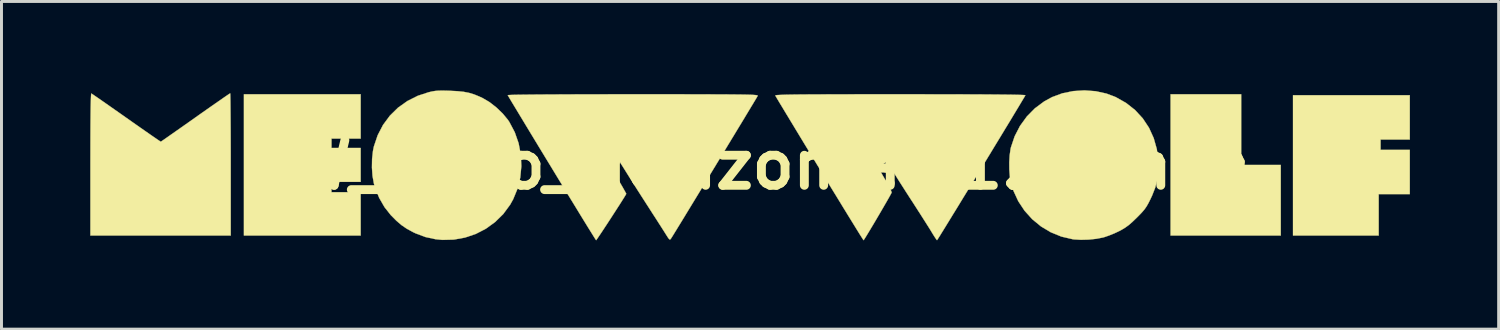
<source format=kicad_pcb>
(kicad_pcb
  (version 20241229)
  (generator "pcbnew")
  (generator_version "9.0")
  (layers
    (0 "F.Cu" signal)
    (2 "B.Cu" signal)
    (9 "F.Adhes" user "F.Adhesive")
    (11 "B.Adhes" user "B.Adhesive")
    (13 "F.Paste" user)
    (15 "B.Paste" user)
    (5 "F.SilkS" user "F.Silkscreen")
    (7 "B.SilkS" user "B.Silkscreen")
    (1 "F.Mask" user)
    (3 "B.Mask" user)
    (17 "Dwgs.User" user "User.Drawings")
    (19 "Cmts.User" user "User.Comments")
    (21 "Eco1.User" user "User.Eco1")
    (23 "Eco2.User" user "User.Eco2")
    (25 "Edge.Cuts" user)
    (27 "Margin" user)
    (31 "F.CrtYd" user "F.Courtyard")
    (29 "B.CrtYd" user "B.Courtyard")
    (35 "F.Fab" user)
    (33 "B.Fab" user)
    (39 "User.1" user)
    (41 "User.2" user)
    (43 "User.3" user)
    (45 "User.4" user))
  (footprint "MW_Logo_Horizontal_1.75inch"
    (layer "F.Cu")
    (at 22.286 2.524)
    (property "Reference" "MW_Logo_Horizontal_1.75inch" (at 0 0 0) (layer "F.SilkS") (effects (font (size 1.524 1.524) (thickness 0.3))))
    (attr through_hole)
    (fp_poly (pts (xy 16.615 0) (xy 17.952 0) (xy 17.952 2.387) (xy 14.228 2.387) (xy 14.228 -2.387) (xy 16.615 -2.387) (xy 16.615 0)) (stroke (width 0.01) (type solid)) (fill yes) (layer "F.SilkS"))
    (fp_poly (pts (xy 22.313 -0.859) (xy 21.326 -0.859) (xy 21.326 -0.509) (xy 22.313 -0.509) (xy 22.313 0.987) (xy 21.262 0.987) (xy 21.262 2.387) (xy 18.366 2.387) (xy 18.366 -2.355) (xy 22.313 -2.355) (xy 22.313 -0.859)) (stroke (width 0.01) (type solid)) (fill yes) (layer "F.SilkS"))
    (fp_poly (pts (xy -13.146 -0.891) (xy -14.132 -0.891) (xy -14.132 -0.573) (xy -13.146 -0.573) (xy -13.146 0.573) (xy -14.132 0.573) (xy -14.132 0.923) (xy -13.146 0.923) (xy -13.146 2.387) (xy -17.092 2.387) (xy -17.092 -2.387) (xy -13.146 -2.387) (xy -13.146 -0.891)) (stroke (width 0.01) (type solid)) (fill yes) (layer "F.SilkS"))
    (fp_poly (pts (xy -17.553 -2.388) (xy -17.551 -2.298) (xy -17.548 -2.155) (xy -17.546 -1.962) (xy -17.544 -1.725) (xy -17.542 -1.45) (xy -17.54 -1.14) (xy -17.539 -0.8) (xy -17.538 -0.437) (xy -17.538 -0.053) (xy -17.538 -0.016) (xy -17.538 2.387) (xy -22.281 2.387) (xy -22.281 -0.019) (xy -22.28 -0.52) (xy -22.279 -0.965) (xy -22.277 -1.352) (xy -22.274 -1.681) (xy -22.271 -1.95) (xy -22.266 -2.158) (xy -22.261 -2.305) (xy -22.255 -2.391) (xy -22.249 -2.414) (xy -22.217 -2.394) (xy -22.139 -2.341) (xy -22.019 -2.259) (xy -21.864 -2.151) (xy -21.679 -2.022) (xy -21.468 -1.874) (xy -21.238 -1.713) (xy -21.065 -1.591) (xy -20.826 -1.423) (xy -20.602 -1.266) (xy -20.401 -1.126) (xy -20.226 -1.004) (xy -20.083 -0.906) (xy -19.978 -0.834) (xy -19.916 -0.793) (xy -19.901 -0.784) (xy -19.873 -0.803) (xy -19.798 -0.854) (xy -19.682 -0.935) (xy -19.53 -1.042) (xy -19.347 -1.17) (xy -19.139 -1.316) (xy -18.91 -1.477) (xy -18.731 -1.604) (xy -18.491 -1.773) (xy -18.267 -1.93) (xy -18.064 -2.072) (xy -17.888 -2.194) (xy -17.744 -2.294) (xy -17.637 -2.367) (xy -17.573 -2.409) (xy -17.556 -2.419) (xy -17.553 -2.388)) (stroke (width 0.01) (type solid)) (fill yes) (layer "F.SilkS"))
    (fp_poly (pts (xy -10.209 -2.508) (xy -10.124 -2.505) (xy -9.87 -2.492) (xy -9.662 -2.47) (xy -9.482 -2.435) (xy -9.313 -2.384) (xy -9.137 -2.312) (xy -9.014 -2.254) (xy -8.786 -2.119) (xy -8.557 -1.94) (xy -8.345 -1.736) (xy -8.169 -1.523) (xy -8.121 -1.451) (xy -7.937 -1.103) (xy -7.808 -0.733) (xy -7.734 -0.349) (xy -7.715 0.04) (xy -7.752 0.427) (xy -7.844 0.803) (xy -7.991 1.16) (xy -8.095 1.346) (xy -8.327 1.66) (xy -8.603 1.931) (xy -8.914 2.156) (xy -9.254 2.332) (xy -9.618 2.455) (xy -9.997 2.524) (xy -10.386 2.534) (xy -10.614 2.511) (xy -10.961 2.436) (xy -11.291 2.312) (xy -11.379 2.27) (xy -11.586 2.157) (xy -11.765 2.035) (xy -11.937 1.888) (xy -12.121 1.703) (xy -12.126 1.698) (xy -12.34 1.427) (xy -12.52 1.114) (xy -12.656 0.778) (xy -12.7 0.624) (xy -12.745 0.373) (xy -12.765 0.09) (xy -12.76 -0.201) (xy -12.73 -0.473) (xy -12.699 -0.624) (xy -12.57 -1.005) (xy -12.389 -1.353) (xy -12.158 -1.665) (xy -11.883 -1.935) (xy -11.566 -2.16) (xy -11.213 -2.337) (xy -10.855 -2.454) (xy -10.737 -2.482) (xy -10.63 -2.5) (xy -10.518 -2.509) (xy -10.383 -2.512) (xy -10.209 -2.508)) (stroke (width 0.01) (type solid)) (fill yes) (layer "F.SilkS"))
    (fp_poly (pts (xy 11.696 -2.491) (xy 12.062 -2.411) (xy 12.373 -2.293) (xy 12.722 -2.096) (xy 13.028 -1.855) (xy 13.288 -1.573) (xy 13.499 -1.255) (xy 13.658 -0.906) (xy 13.764 -0.53) (xy 13.811 -0.132) (xy 13.814 -0.009) (xy 13.804 0.282) (xy 13.77 0.535) (xy 13.706 0.776) (xy 13.608 1.026) (xy 13.553 1.145) (xy 13.48 1.291) (xy 13.414 1.406) (xy 13.343 1.507) (xy 13.254 1.611) (xy 13.134 1.735) (xy 13.086 1.783) (xy 12.937 1.926) (xy 12.813 2.034) (xy 12.694 2.12) (xy 12.564 2.198) (xy 12.486 2.239) (xy 12.328 2.313) (xy 12.158 2.382) (xy 12.003 2.436) (xy 11.949 2.452) (xy 11.718 2.497) (xy 11.461 2.524) (xy 11.202 2.531) (xy 10.97 2.518) (xy 10.919 2.511) (xy 10.537 2.422) (xy 10.179 2.276) (xy 9.849 2.079) (xy 9.552 1.835) (xy 9.295 1.55) (xy 9.081 1.228) (xy 8.917 0.874) (xy 8.828 0.581) (xy 8.795 0.387) (xy 8.778 0.156) (xy 8.776 -0.09) (xy 8.79 -0.327) (xy 8.819 -0.533) (xy 8.831 -0.589) (xy 8.959 -0.969) (xy 9.141 -1.321) (xy 9.372 -1.639) (xy 9.647 -1.917) (xy 9.962 -2.15) (xy 10.226 -2.293) (xy 10.569 -2.42) (xy 10.937 -2.495) (xy 11.317 -2.519) (xy 11.696 -2.491)) (stroke (width 0.01) (type solid)) (fill yes) (layer "F.SilkS"))
    (fp_poly (pts (xy 5.78 -2.387) (xy 6.405 -2.386) (xy 6.967 -2.385) (xy 7.468 -2.384) (xy 7.908 -2.382) (xy 8.286 -2.379) (xy 8.605 -2.376) (xy 8.865 -2.373) (xy 9.065 -2.369) (xy 9.208 -2.365) (xy 9.293 -2.36) (xy 9.321 -2.355) (xy 9.32 -2.355) (xy 9.302 -2.321) (xy 9.253 -2.238) (xy 9.177 -2.111) (xy 9.077 -1.944) (xy 8.955 -1.742) (xy 8.815 -1.509) (xy 8.658 -1.251) (xy 8.489 -0.972) (xy 8.309 -0.677) (xy 8.123 -0.37) (xy 7.932 -0.056) (xy 7.739 0.26) (xy 7.548 0.573) (xy 7.36 0.88) (xy 7.18 1.174) (xy 7.01 1.453) (xy 6.852 1.709) (xy 6.71 1.941) (xy 6.587 2.141) (xy 6.485 2.306) (xy 6.407 2.432) (xy 6.356 2.512) (xy 6.334 2.544) (xy 6.334 2.544) (xy 6.312 2.519) (xy 6.265 2.45) (xy 6.202 2.351) (xy 6.161 2.283) (xy 6.104 2.189) (xy 6.017 2.051) (xy 5.908 1.879) (xy 5.782 1.681) (xy 5.644 1.466) (xy 5.502 1.245) (xy 5.458 1.178) (xy 5.316 0.958) (xy 5.179 0.744) (xy 5.052 0.545) (xy 4.942 0.37) (xy 4.852 0.228) (xy 4.79 0.127) (xy 4.776 0.104) (xy 4.641 -0.126) (xy 4.5 -0.011) (xy 4.425 0.055) (xy 4.377 0.105) (xy 4.368 0.125) (xy 4.386 0.159) (xy 4.431 0.237) (xy 4.495 0.348) (xy 4.573 0.482) (xy 4.594 0.517) (xy 4.673 0.657) (xy 4.738 0.78) (xy 4.782 0.873) (xy 4.801 0.927) (xy 4.801 0.932) (xy 4.782 0.971) (xy 4.737 1.054) (xy 4.669 1.174) (xy 4.584 1.322) (xy 4.487 1.489) (xy 4.382 1.669) (xy 4.275 1.851) (xy 4.17 2.028) (xy 4.072 2.192) (xy 3.986 2.334) (xy 3.918 2.445) (xy 3.871 2.519) (xy 3.851 2.545) (xy 3.833 2.518) (xy 3.784 2.441) (xy 3.706 2.318) (xy 3.603 2.151) (xy 3.476 1.945) (xy 3.328 1.705) (xy 3.161 1.433) (xy 2.978 1.133) (xy 2.78 0.811) (xy 2.571 0.468) (xy 2.361 0.122) (xy 2.142 -0.236) (xy 1.933 -0.58) (xy 1.736 -0.905) (xy 1.553 -1.207) (xy 1.387 -1.482) (xy 1.239 -1.726) (xy 1.113 -1.935) (xy 1.01 -2.105) (xy 0.934 -2.233) (xy 0.886 -2.314) (xy 0.869 -2.344) (xy 0.875 -2.35) (xy 0.898 -2.356) (xy 0.942 -2.361) (xy 1.01 -2.365) (xy 1.105 -2.369) (xy 1.23 -2.373) (xy 1.387 -2.376) (xy 1.58 -2.379) (xy 1.811 -2.381) (xy 2.084 -2.383) (xy 2.401 -2.384) (xy 2.765 -2.385) (xy 3.18 -2.386) (xy 3.649 -2.387) (xy 4.173 -2.387) (xy 4.756 -2.387) (xy 5.092 -2.387) (xy 5.78 -2.387)) (stroke (width 0.01) (type solid)) (fill yes) (layer "F.SilkS"))
    (fp_poly (pts (xy -3.339 -2.387) (xy -2.791 -2.387) (xy -2.302 -2.387) (xy -1.867 -2.386) (xy -1.482 -2.385) (xy -1.146 -2.384) (xy -0.855 -2.383) (xy -0.606 -2.381) (xy -0.395 -2.379) (xy -0.22 -2.377) (xy -0.077 -2.374) (xy 0.036 -2.371) (xy 0.123 -2.367) (xy 0.187 -2.362) (xy 0.231 -2.357) (xy 0.258 -2.351) (xy 0.271 -2.345) (xy 0.274 -2.338) (xy 0.274 -2.336) (xy 0.255 -2.304) (xy 0.207 -2.222) (xy 0.131 -2.095) (xy 0.03 -1.928) (xy -0.092 -1.726) (xy -0.232 -1.493) (xy -0.389 -1.235) (xy -0.558 -0.956) (xy -0.737 -0.661) (xy -0.923 -0.354) (xy -1.113 -0.041) (xy -1.305 0.275) (xy -1.495 0.587) (xy -1.68 0.892) (xy -1.858 1.184) (xy -2.025 1.458) (xy -2.179 1.711) (xy -2.317 1.937) (xy -2.436 2.131) (xy -2.533 2.289) (xy -2.605 2.406) (xy -2.65 2.477) (xy -2.661 2.494) (xy -2.684 2.52) (xy -2.709 2.517) (xy -2.746 2.476) (xy -2.802 2.389) (xy -2.822 2.357) (xy -2.875 2.273) (xy -2.955 2.147) (xy -3.057 1.988) (xy -3.173 1.807) (xy -3.298 1.614) (xy -3.37 1.501) (xy -3.51 1.284) (xy -3.659 1.052) (xy -3.806 0.822) (xy -3.942 0.608) (xy -4.055 0.428) (xy -4.084 0.382) (xy -4.179 0.23) (xy -4.262 0.097) (xy -4.328 -0.007) (xy -4.37 -0.073) (xy -4.382 -0.093) (xy -4.416 -0.09) (xy -4.481 -0.057) (xy -4.561 -0.005) (xy -4.608 0.031) (xy -4.68 0.091) (xy -4.425 0.524) (xy -4.338 0.673) (xy -4.264 0.802) (xy -4.208 0.902) (xy -4.175 0.963) (xy -4.17 0.977) (xy -4.186 1.008) (xy -4.232 1.084) (xy -4.303 1.197) (xy -4.392 1.338) (xy -4.496 1.499) (xy -4.608 1.672) (xy -4.723 1.85) (xy -4.836 2.023) (xy -4.942 2.184) (xy -5.035 2.324) (xy -5.111 2.437) (xy -5.163 2.513) (xy -5.187 2.544) (xy -5.188 2.544) (xy -5.207 2.517) (xy -5.256 2.44) (xy -5.333 2.316) (xy -5.437 2.149) (xy -5.564 1.943) (xy -5.712 1.702) (xy -5.878 1.43) (xy -6.062 1.13) (xy -6.259 0.807) (xy -6.468 0.464) (xy -6.684 0.108) (xy -6.903 -0.251) (xy -7.112 -0.595) (xy -7.309 -0.92) (xy -7.492 -1.222) (xy -7.658 -1.497) (xy -7.805 -1.74) (xy -7.931 -1.949) (xy -8.034 -2.119) (xy -8.11 -2.246) (xy -8.158 -2.327) (xy -8.175 -2.357) (xy -8.145 -2.361) (xy -8.053 -2.366) (xy -7.9 -2.37) (xy -7.687 -2.373) (xy -7.417 -2.376) (xy -7.09 -2.379) (xy -6.708 -2.381) (xy -6.272 -2.383) (xy -5.783 -2.385) (xy -5.244 -2.386) (xy -4.655 -2.387) (xy -4.018 -2.387) (xy -3.946 -2.387) (xy -3.339 -2.387)) (stroke (width 0.01) (type solid)) (fill yes) (layer "F.SilkS")))
  (gr_rect
    (start -3 -3)
    (end 47.603 8.074)
    (stroke (width 0.1) (type default))
    (fill no)
    (layer "Edge.Cuts")))
</source>
